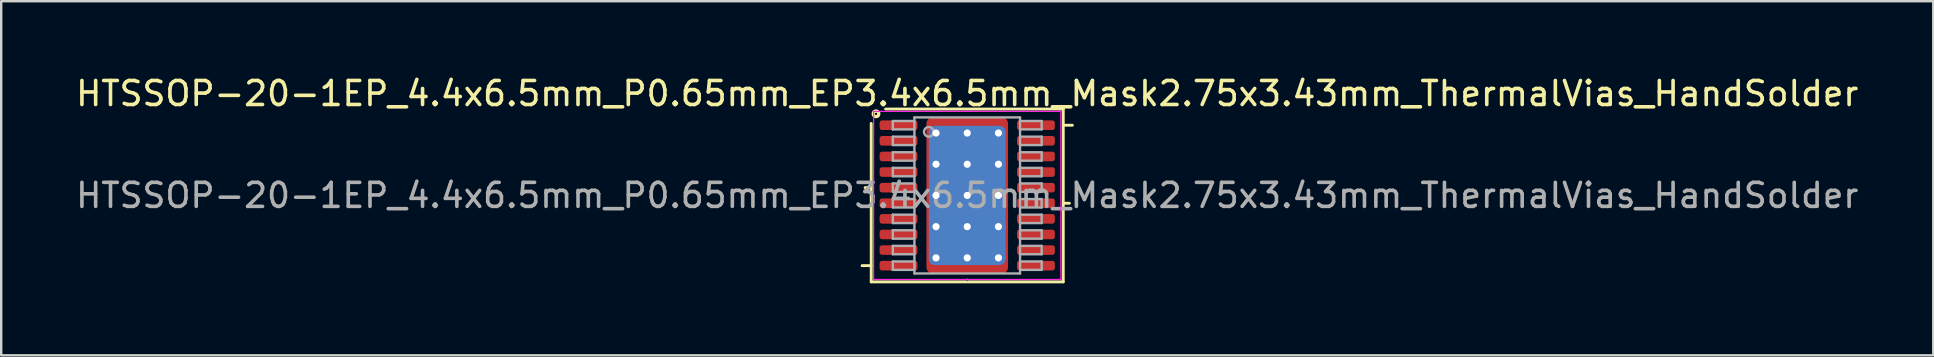
<source format=kicad_pcb>
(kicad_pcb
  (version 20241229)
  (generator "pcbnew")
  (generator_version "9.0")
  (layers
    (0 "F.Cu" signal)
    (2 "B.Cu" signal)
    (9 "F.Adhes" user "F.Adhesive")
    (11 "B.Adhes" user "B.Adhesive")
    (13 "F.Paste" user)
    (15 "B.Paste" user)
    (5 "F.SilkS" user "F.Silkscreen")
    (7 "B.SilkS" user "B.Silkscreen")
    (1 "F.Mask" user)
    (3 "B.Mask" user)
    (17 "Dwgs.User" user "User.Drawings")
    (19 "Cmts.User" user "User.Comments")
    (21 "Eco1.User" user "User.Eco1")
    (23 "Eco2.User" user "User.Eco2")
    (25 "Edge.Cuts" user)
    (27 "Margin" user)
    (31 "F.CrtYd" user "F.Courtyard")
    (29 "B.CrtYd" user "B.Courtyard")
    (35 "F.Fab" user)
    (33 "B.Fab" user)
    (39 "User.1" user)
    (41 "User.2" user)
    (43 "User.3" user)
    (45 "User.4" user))
  (footprint "HTSSOP-20-1EP_4.4x6.5mm_P0.65mm_EP3.4x6.5mm_Mask2.75x3.43mm_ThermalVias_HandSolder"
    (layer "F.Cu")
    (at 37.244 5.092)
    (property "Reference" "HTSSOP-20-1EP_4.4x6.5mm_P0.65mm_EP3.4x6.5mm_Mask2.75x3.43mm_ThermalVias_HandSolder" (at 0 -4.244 0) (layer "F.SilkS") (effects (font (size 1 1) (thickness 0.15))))
    (attr smd)
    (fp_line (start -4.011 -0.325) (end -4.254 -0.325) (stroke (width 0.12) (type solid)) (layer "F.SilkS"))
    (fp_line (start -4.011 2.925) (end -4.381 2.925) (stroke (width 0.12) (type solid)) (layer "F.SilkS"))
    (fp_line (start -4 3.6) (end -4 -3) (stroke (width 0.12) (type solid)) (layer "F.SilkS"))
    (fp_line (start -3.4 -3.6) (end 4 -3.6) (stroke (width 0.12) (type solid)) (layer "F.SilkS"))
    (fp_line (start 4 -3.6) (end 4 3.6) (stroke (width 0.12) (type solid)) (layer "F.SilkS"))
    (fp_line (start 4 3.6) (end -4 3.6) (stroke (width 0.12) (type solid)) (layer "F.SilkS"))
    (fp_line (start 4.011 -2.925) (end 4.381 -2.925) (stroke (width 0.12) (type solid)) (layer "F.SilkS"))
    (fp_line (start 4.011 0.325) (end 4.254 0.325) (stroke (width 0.12) (type solid)) (layer "F.SilkS"))
    (fp_circle (center -3.8 -3.4) (end -3.75 -3.4) (stroke (width 0.12) (type solid)) (fill no) (layer "F.SilkS"))
    (fp_circle (center -3.8 -3.4) (end -3.675 -3.4) (stroke (width 0.12) (type solid)) (fill no) (layer "F.SilkS"))
    (fp_line (start -3.9 -3.5) (end -3.9 3.5) (stroke (width 0.05) (type solid)) (layer "F.CrtYd"))
    (fp_line (start -3.9 3.5) (end 3.9 3.5) (stroke (width 0.05) (type solid)) (layer "F.CrtYd"))
    (fp_line (start 3.9 -3.5) (end -3.9 -3.5) (stroke (width 0.05) (type solid)) (layer "F.CrtYd"))
    (fp_line (start 3.9 3.5) (end 3.9 -3.5) (stroke (width 0.05) (type solid)) (layer "F.CrtYd"))
    (fp_line (start 0 3.51) (end 0 3.51) (stroke (width 0.12) (type solid)) (layer "B.Fab"))
    (fp_line (start -3.1 -3.1) (end -3.1 -2.75) (stroke (width 0.1) (type solid)) (layer "F.Fab"))
    (fp_line (start -3.1 -3.1) (end -2.2 -3.1) (stroke (width 0.1) (type solid)) (layer "F.Fab"))
    (fp_line (start -3.1 -2.75) (end -2.2 -2.75) (stroke (width 0.1) (type solid)) (layer "F.Fab"))
    (fp_line (start -3.1 -2.45) (end -3.1 -2.1) (stroke (width 0.1) (type solid)) (layer "F.Fab"))
    (fp_line (start -3.1 -2.45) (end -2.2 -2.45) (stroke (width 0.1) (type solid)) (layer "F.Fab"))
    (fp_line (start -3.1 -2.1) (end -2.2 -2.1) (stroke (width 0.1) (type solid)) (layer "F.Fab"))
    (fp_line (start -3.1 -1.8) (end -3.1 -1.45) (stroke (width 0.1) (type solid)) (layer "F.Fab"))
    (fp_line (start -3.1 -1.8) (end -2.2 -1.8) (stroke (width 0.1) (type solid)) (layer "F.Fab"))
    (fp_line (start -3.1 -1.45) (end -2.2 -1.45) (stroke (width 0.1) (type solid)) (layer "F.Fab"))
    (fp_line (start -3.1 -1.15) (end -3.1 -0.8) (stroke (width 0.1) (type solid)) (layer "F.Fab"))
    (fp_line (start -3.1 -1.15) (end -2.2 -1.15) (stroke (width 0.1) (type solid)) (layer "F.Fab"))
    (fp_line (start -3.1 -0.8) (end -2.2 -0.8) (stroke (width 0.1) (type solid)) (layer "F.Fab"))
    (fp_line (start -3.1 -0.5) (end -3.1 -0.15) (stroke (width 0.1) (type solid)) (layer "F.Fab"))
    (fp_line (start -3.1 -0.5) (end -2.2 -0.5) (stroke (width 0.1) (type solid)) (layer "F.Fab"))
    (fp_line (start -3.1 -0.15) (end -2.2 -0.15) (stroke (width 0.1) (type solid)) (layer "F.Fab"))
    (fp_line (start -3.1 0.15) (end -3.1 0.5) (stroke (width 0.1) (type solid)) (layer "F.Fab"))
    (fp_line (start -3.1 0.15) (end -2.2 0.15) (stroke (width 0.1) (type solid)) (layer "F.Fab"))
    (fp_line (start -3.1 0.5) (end -2.2 0.5) (stroke (width 0.1) (type solid)) (layer "F.Fab"))
    (fp_line (start -3.1 0.8) (end -3.1 1.15) (stroke (width 0.1) (type solid)) (layer "F.Fab"))
    (fp_line (start -3.1 0.8) (end -2.2 0.8) (stroke (width 0.1) (type solid)) (layer "F.Fab"))
    (fp_line (start -3.1 1.15) (end -2.2 1.15) (stroke (width 0.1) (type solid)) (layer "F.Fab"))
    (fp_line (start -3.1 1.45) (end -3.1 1.8) (stroke (width 0.1) (type solid)) (layer "F.Fab"))
    (fp_line (start -3.1 1.45) (end -2.2 1.45) (stroke (width 0.1) (type solid)) (layer "F.Fab"))
    (fp_line (start -3.1 1.8) (end -2.2 1.8) (stroke (width 0.1) (type solid)) (layer "F.Fab"))
    (fp_line (start -3.1 2.1) (end -3.1 2.45) (stroke (width 0.1) (type solid)) (layer "F.Fab"))
    (fp_line (start -3.1 2.1) (end -2.2 2.1) (stroke (width 0.1) (type solid)) (layer "F.Fab"))
    (fp_line (start -3.1 2.45) (end -2.2 2.45) (stroke (width 0.1) (type solid)) (layer "F.Fab"))
    (fp_line (start -3.1 2.75) (end -3.1 3.1) (stroke (width 0.1) (type solid)) (layer "F.Fab"))
    (fp_line (start -3.1 2.75) (end -2.2 2.75) (stroke (width 0.1) (type solid)) (layer "F.Fab"))
    (fp_line (start -3.1 3.1) (end -2.2 3.1) (stroke (width 0.1) (type solid)) (layer "F.Fab"))
    (fp_line (start -2.2 -3.25) (end 2.2 -3.25) (stroke (width 0.1) (type solid)) (layer "F.Fab"))
    (fp_line (start -2.2 3.25) (end -2.2 -3.25) (stroke (width 0.1) (type solid)) (layer "F.Fab"))
    (fp_line (start 2.2 -3.25) (end 2.2 3.25) (stroke (width 0.1) (type solid)) (layer "F.Fab"))
    (fp_line (start 2.2 3.25) (end -2.2 3.25) (stroke (width 0.1) (type solid)) (layer "F.Fab"))
    (fp_line (start 3.1 -3.1) (end 2.2 -3.1) (stroke (width 0.1) (type solid)) (layer "F.Fab"))
    (fp_line (start 3.1 -2.75) (end 2.2 -2.75) (stroke (width 0.1) (type solid)) (layer "F.Fab"))
    (fp_line (start 3.1 -2.75) (end 3.1 -3.1) (stroke (width 0.1) (type solid)) (layer "F.Fab"))
    (fp_line (start 3.1 -2.45) (end 2.2 -2.45) (stroke (width 0.1) (type solid)) (layer "F.Fab"))
    (fp_line (start 3.1 -2.1) (end 2.2 -2.1) (stroke (width 0.1) (type solid)) (layer "F.Fab"))
    (fp_line (start 3.1 -2.1) (end 3.1 -2.45) (stroke (width 0.1) (type solid)) (layer "F.Fab"))
    (fp_line (start 3.1 -1.8) (end 2.2 -1.8) (stroke (width 0.1) (type solid)) (layer "F.Fab"))
    (fp_line (start 3.1 -1.45) (end 2.2 -1.45) (stroke (width 0.1) (type solid)) (layer "F.Fab"))
    (fp_line (start 3.1 -1.45) (end 3.1 -1.8) (stroke (width 0.1) (type solid)) (layer "F.Fab"))
    (fp_line (start 3.1 -1.15) (end 2.2 -1.15) (stroke (width 0.1) (type solid)) (layer "F.Fab"))
    (fp_line (start 3.1 -0.8) (end 2.2 -0.8) (stroke (width 0.1) (type solid)) (layer "F.Fab"))
    (fp_line (start 3.1 -0.8) (end 3.1 -1.15) (stroke (width 0.1) (type solid)) (layer "F.Fab"))
    (fp_line (start 3.1 -0.5) (end 2.2 -0.5) (stroke (width 0.1) (type solid)) (layer "F.Fab"))
    (fp_line (start 3.1 -0.15) (end 2.2 -0.15) (stroke (width 0.1) (type solid)) (layer "F.Fab"))
    (fp_line (start 3.1 -0.15) (end 3.1 -0.5) (stroke (width 0.1) (type solid)) (layer "F.Fab"))
    (fp_line (start 3.1 0.15) (end 2.2 0.15) (stroke (width 0.1) (type solid)) (layer "F.Fab"))
    (fp_line (start 3.1 0.5) (end 2.2 0.5) (stroke (width 0.1) (type solid)) (layer "F.Fab"))
    (fp_line (start 3.1 0.5) (end 3.1 0.15) (stroke (width 0.1) (type solid)) (layer "F.Fab"))
    (fp_line (start 3.1 0.8) (end 2.2 0.8) (stroke (width 0.1) (type solid)) (layer "F.Fab"))
    (fp_line (start 3.1 1.15) (end 2.2 1.15) (stroke (width 0.1) (type solid)) (layer "F.Fab"))
    (fp_line (start 3.1 1.15) (end 3.1 0.8) (stroke (width 0.1) (type solid)) (layer "F.Fab"))
    (fp_line (start 3.1 1.45) (end 2.2 1.45) (stroke (width 0.1) (type solid)) (layer "F.Fab"))
    (fp_line (start 3.1 1.8) (end 2.2 1.8) (stroke (width 0.1) (type solid)) (layer "F.Fab"))
    (fp_line (start 3.1 1.8) (end 3.1 1.45) (stroke (width 0.1) (type solid)) (layer "F.Fab"))
    (fp_line (start 3.1 2.1) (end 2.2 2.1) (stroke (width 0.1) (type solid)) (layer "F.Fab"))
    (fp_line (start 3.1 2.45) (end 2.2 2.45) (stroke (width 0.1) (type solid)) (layer "F.Fab"))
    (fp_line (start 3.1 2.45) (end 3.1 2.1) (stroke (width 0.1) (type solid)) (layer "F.Fab"))
    (fp_line (start 3.1 2.75) (end 2.2 2.75) (stroke (width 0.1) (type solid)) (layer "F.Fab"))
    (fp_line (start 3.1 3.1) (end 2.2 3.1) (stroke (width 0.1) (type solid)) (layer "F.Fab"))
    (fp_line (start 3.1 3.1) (end 3.1 2.75) (stroke (width 0.1) (type solid)) (layer "F.Fab"))
    (fp_circle (center -1.6 -2.65) (end -1.4 -2.65) (stroke (width 0.1) (type solid)) (fill no) (layer "F.Fab"))
    (fp_text user "${REFERENCE}" (at 0 0 0) (layer "F.Fab") (effects (font (size 1 1) (thickness 0.15))))
    (pad "" smd roundrect (at -0.69 -0.86) (size 1.11 1.38) (layers "F.Paste") (roundrect_rratio 0.225))
    (pad "" smd roundrect (at -0.69 0.86) (size 1.11 1.38) (layers "F.Paste") (roundrect_rratio 0.225))
    (pad "" smd roundrect (at 0 0) (size 2.75 3.43) (layers "*.Mask") (roundrect_rratio 0.091))
    (pad "" smd roundrect (at 0.69 -0.86) (size 1.11 1.38) (layers "F.Paste") (roundrect_rratio 0.225))
    (pad "" smd roundrect (at 0.69 0.86) (size 1.11 1.38) (layers "F.Paste") (roundrect_rratio 0.225))
    (pad "1" smd roundrect (at -2.862 -2.925) (size 1.575 0.4) (layers "F.Cu" "F.Mask" "F.Paste") (roundrect_rratio 0.25))
    (pad "2" smd roundrect (at -2.862 -2.275) (size 1.575 0.4) (layers "F.Cu" "F.Mask" "F.Paste") (roundrect_rratio 0.25))
    (pad "3" smd roundrect (at -2.862 -1.625) (size 1.575 0.4) (layers "F.Cu" "F.Mask" "F.Paste") (roundrect_rratio 0.25))
    (pad "4" smd roundrect (at -2.862 -0.975) (size 1.575 0.4) (layers "F.Cu" "F.Mask" "F.Paste") (roundrect_rratio 0.25))
    (pad "5" smd roundrect (at -2.862 -0.325) (size 1.575 0.4) (layers "F.Cu" "F.Mask" "F.Paste") (roundrect_rratio 0.25))
    (pad "6" smd roundrect (at -2.862 0.325) (size 1.575 0.4) (layers "F.Cu" "F.Mask" "F.Paste") (roundrect_rratio 0.25))
    (pad "7" smd roundrect (at -2.862 0.975) (size 1.575 0.4) (layers "F.Cu" "F.Mask" "F.Paste") (roundrect_rratio 0.25))
    (pad "8" smd roundrect (at -2.862 1.625) (size 1.575 0.4) (layers "F.Cu" "F.Mask" "F.Paste") (roundrect_rratio 0.25))
    (pad "9" smd roundrect (at -2.862 2.275) (size 1.575 0.4) (layers "F.Cu" "F.Mask" "F.Paste") (roundrect_rratio 0.25))
    (pad "10" smd roundrect (at -2.862 2.925) (size 1.575 0.4) (layers "F.Cu" "F.Mask" "F.Paste") (roundrect_rratio 0.25))
    (pad "11" smd roundrect (at 2.862 2.925) (size 1.575 0.4) (layers "F.Cu" "F.Mask" "F.Paste") (roundrect_rratio 0.25))
    (pad "12" smd roundrect (at 2.862 2.275) (size 1.575 0.4) (layers "F.Cu" "F.Mask" "F.Paste") (roundrect_rratio 0.25))
    (pad "13" smd roundrect (at 2.862 1.625) (size 1.575 0.4) (layers "F.Cu" "F.Mask" "F.Paste") (roundrect_rratio 0.25))
    (pad "14" smd roundrect (at 2.862 0.975) (size 1.575 0.4) (layers "F.Cu" "F.Mask" "F.Paste") (roundrect_rratio 0.25))
    (pad "15" smd roundrect (at 2.862 0.325) (size 1.575 0.4) (layers "F.Cu" "F.Mask" "F.Paste") (roundrect_rratio 0.25))
    (pad "16" smd roundrect (at 2.862 -0.325) (size 1.575 0.4) (layers "F.Cu" "F.Mask" "F.Paste") (roundrect_rratio 0.25))
    (pad "17" smd roundrect (at 2.862 -0.975) (size 1.575 0.4) (layers "F.Cu" "F.Mask" "F.Paste") (roundrect_rratio 0.25))
    (pad "18" smd roundrect (at 2.862 -1.625) (size 1.575 0.4) (layers "F.Cu" "F.Mask" "F.Paste") (roundrect_rratio 0.25))
    (pad "19" smd roundrect (at 2.862 -2.275) (size 1.575 0.4) (layers "F.Cu" "F.Mask" "F.Paste") (roundrect_rratio 0.25))
    (pad "20" smd roundrect (at 2.862 -2.925) (size 1.575 0.4) (layers "F.Cu" "F.Mask" "F.Paste") (roundrect_rratio 0.25))
    (pad "21" thru_hole circle (at -1.3 -2.6) (size 0.6 0.6) (drill 0.3) (property pad_prop_heatsink) (layers "*.Cu"))
    (pad "21" thru_hole circle (at -1.3 -1.3) (size 0.6 0.6) (drill 0.3) (property pad_prop_heatsink) (layers "*.Cu"))
    (pad "21" thru_hole circle (at -1.3 0) (size 0.6 0.6) (drill 0.3) (property pad_prop_heatsink) (layers "*.Cu"))
    (pad "21" thru_hole circle (at -1.3 1.3) (size 0.6 0.6) (drill 0.3) (property pad_prop_heatsink) (layers "*.Cu"))
    (pad "21" thru_hole circle (at -1.3 2.6) (size 0.6 0.6) (drill 0.3) (property pad_prop_heatsink) (layers "*.Cu"))
    (pad "21" thru_hole circle (at 0 -2.6) (size 0.6 0.6) (drill 0.3) (property pad_prop_heatsink) (layers "*.Cu"))
    (pad "21" thru_hole circle (at 0 -1.3) (size 0.6 0.6) (drill 0.3) (property pad_prop_heatsink) (layers "*.Cu"))
    (pad "21" thru_hole circle (at 0 0) (size 0.6 0.6) (drill 0.3) (property pad_prop_heatsink) (layers "*.Cu"))
    (pad "21" smd roundrect (at 0 0) (size 3.2 5.8) (layers "B.Cu") (roundrect_rratio 0.078))
    (pad "21" smd roundrect (at 0 0) (size 3.4 6.5) (layers "F.Cu") (roundrect_rratio 0.074))
    (pad "21" thru_hole circle (at 0 1.3) (size 0.6 0.6) (drill 0.3) (property pad_prop_heatsink) (layers "*.Cu"))
    (pad "21" thru_hole circle (at 0 2.6) (size 0.6 0.6) (drill 0.3) (property pad_prop_heatsink) (layers "*.Cu"))
    (pad "21" thru_hole circle (at 1.3 -2.6) (size 0.6 0.6) (drill 0.3) (property pad_prop_heatsink) (layers "*.Cu"))
    (pad "21" thru_hole circle (at 1.3 -1.3) (size 0.6 0.6) (drill 0.3) (property pad_prop_heatsink) (layers "*.Cu"))
    (pad "21" thru_hole circle (at 1.3 0) (size 0.6 0.6) (drill 0.3) (property pad_prop_heatsink) (layers "*.Cu"))
    (pad "21" thru_hole circle (at 1.3 1.3) (size 0.6 0.6) (drill 0.3) (property pad_prop_heatsink) (layers "*.Cu"))
    (pad "21" thru_hole circle (at 1.3 2.6) (size 0.6 0.6) (drill 0.3) (property pad_prop_heatsink) (layers "*.Cu")))
  (gr_rect
    (start -3 -3)
    (end 77.488 11.752)
    (stroke (width 0.1) (type default))
    (fill no)
    (layer "Edge.Cuts")))
</source>
